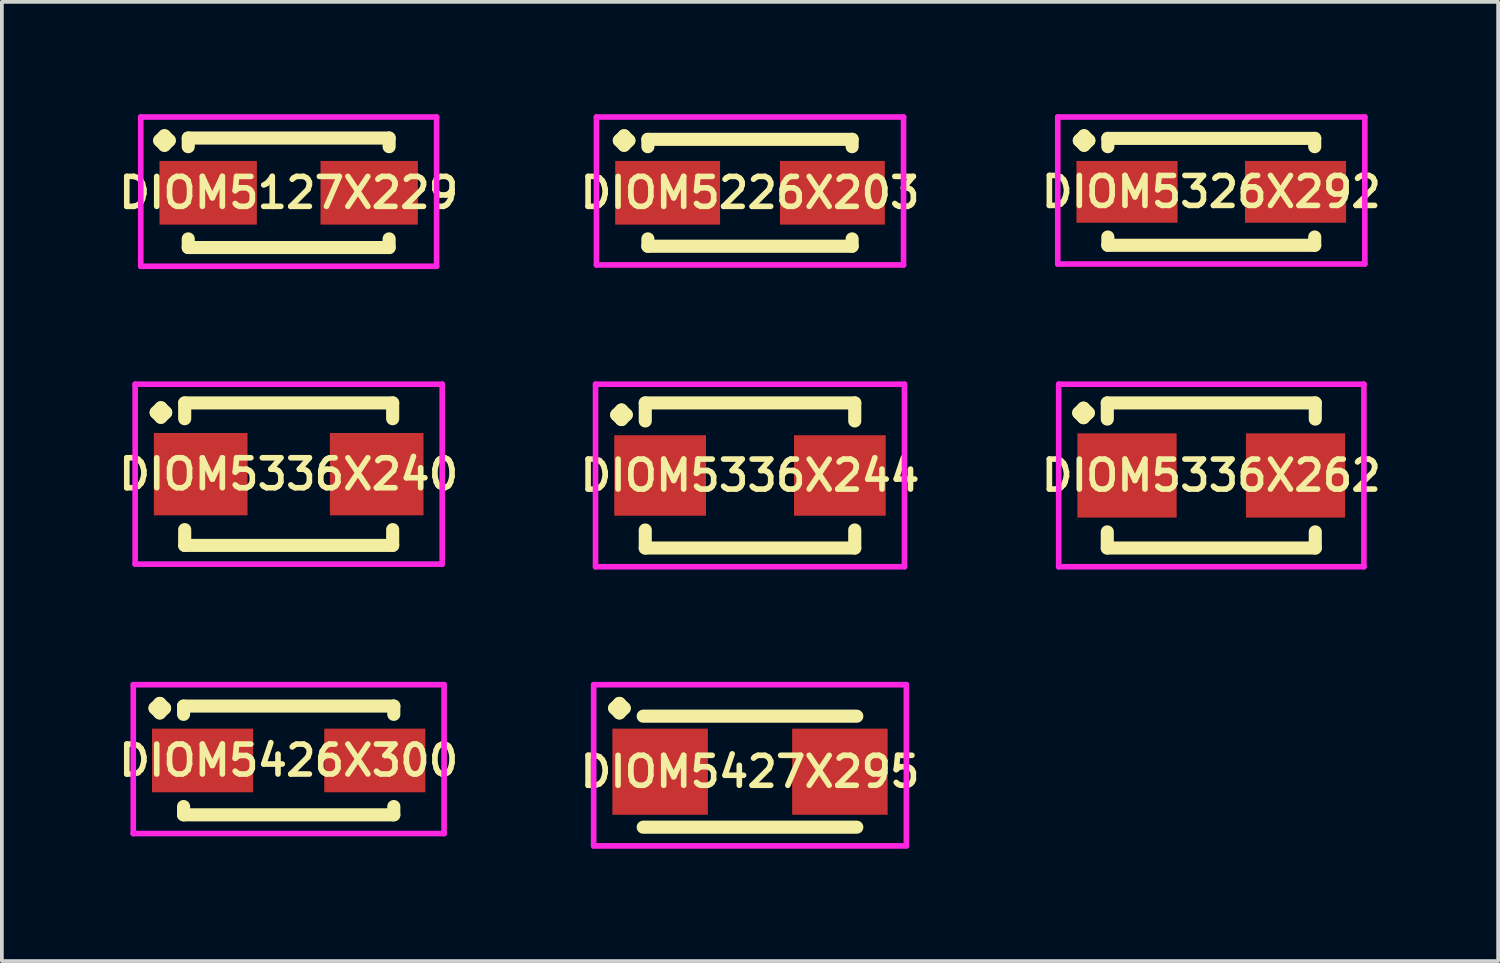
<source format=kicad_pcb>
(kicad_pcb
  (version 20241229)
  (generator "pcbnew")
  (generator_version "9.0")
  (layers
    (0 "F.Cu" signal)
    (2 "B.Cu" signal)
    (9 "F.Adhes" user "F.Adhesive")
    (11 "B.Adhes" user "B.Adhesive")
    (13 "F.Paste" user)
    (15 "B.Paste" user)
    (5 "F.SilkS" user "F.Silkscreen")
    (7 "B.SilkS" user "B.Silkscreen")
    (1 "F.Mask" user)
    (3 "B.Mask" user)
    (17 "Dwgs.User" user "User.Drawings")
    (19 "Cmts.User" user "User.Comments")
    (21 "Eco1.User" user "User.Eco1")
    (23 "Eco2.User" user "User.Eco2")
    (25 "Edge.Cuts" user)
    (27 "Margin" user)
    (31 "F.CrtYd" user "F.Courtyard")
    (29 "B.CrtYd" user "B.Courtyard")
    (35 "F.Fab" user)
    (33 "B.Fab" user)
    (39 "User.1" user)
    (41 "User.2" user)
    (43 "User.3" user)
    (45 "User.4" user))
  (footprint "DIOM5336X240"
    (layer "F.Cu")
    (at 4.659 9.612)
    (property "Reference" "DIOM5336X240" (at 0 0 0) (layer "F.SilkS") (effects (font (size 0.8 0.8) (thickness 0.15))))
    (attr smd)
    (fp_line (start -3.539 -1.646) (end -3.412 -1.773) (stroke (width 0.35) (type solid)) (layer "F.SilkS"))
    (fp_line (start -3.412 -1.773) (end -3.285 -1.646) (stroke (width 0.35) (type solid)) (layer "F.SilkS"))
    (fp_line (start -3.412 -1.519) (end -3.539 -1.646) (stroke (width 0.35) (type solid)) (layer "F.SilkS"))
    (fp_line (start -3.285 -1.646) (end -3.412 -1.519) (stroke (width 0.35) (type solid)) (layer "F.SilkS"))
    (fp_line (start -2.777 -1.902) (end 2.777 -1.902) (stroke (width 0.35) (type solid)) (layer "F.SilkS"))
    (fp_line (start -2.777 -1.481) (end -2.777 -1.902) (stroke (width 0.35) (type solid)) (layer "F.SilkS"))
    (fp_line (start -2.777 1.481) (end -2.777 1.902) (stroke (width 0.35) (type solid)) (layer "F.SilkS"))
    (fp_line (start -2.777 1.902) (end 2.777 1.902) (stroke (width 0.35) (type solid)) (layer "F.SilkS"))
    (fp_line (start 2.777 -1.902) (end 2.777 -1.481) (stroke (width 0.35) (type solid)) (layer "F.SilkS"))
    (fp_line (start 2.777 1.902) (end 2.777 1.481) (stroke (width 0.35) (type solid)) (layer "F.SilkS"))
    (fp_line (start -4.1 -2.402) (end 4.1 -2.402) (stroke (width 0.15) (type solid)) (layer "F.CrtYd"))
    (fp_line (start -4.1 2.402) (end -4.1 -2.402) (stroke (width 0.15) (type solid)) (layer "F.CrtYd"))
    (fp_line (start 4.1 -2.402) (end 4.1 2.402) (stroke (width 0.15) (type solid)) (layer "F.CrtYd"))
    (fp_line (start 4.1 2.402) (end -4.1 2.402) (stroke (width 0.15) (type solid)) (layer "F.CrtYd"))
    (pad "1" smd rect (at -2.35 0) (size 2.5 2.2) (layers "F.Cu" "F.Mask" "F.Paste"))
    (pad "2" smd rect (at 2.35 0) (size 2.5 2.2) (layers "F.Cu" "F.Mask" "F.Paste")))
  (footprint "DIOM5127X229"
    (layer "F.Cu")
    (at 4.659 2.098)
    (property "Reference" "DIOM5127X229" (at 0 0 0) (layer "F.SilkS") (effects (font (size 0.8 0.8) (thickness 0.15))))
    (attr smd)
    (fp_line (start -3.444 -1.396) (end -3.317 -1.523) (stroke (width 0.35) (type solid)) (layer "F.SilkS"))
    (fp_line (start -3.317 -1.523) (end -3.19 -1.396) (stroke (width 0.35) (type solid)) (layer "F.SilkS"))
    (fp_line (start -3.317 -1.269) (end -3.444 -1.396) (stroke (width 0.35) (type solid)) (layer "F.SilkS"))
    (fp_line (start -3.19 -1.396) (end -3.317 -1.269) (stroke (width 0.35) (type solid)) (layer "F.SilkS"))
    (fp_line (start -2.682 -1.462) (end 2.682 -1.462) (stroke (width 0.35) (type solid)) (layer "F.SilkS"))
    (fp_line (start -2.682 -1.231) (end -2.682 -1.462) (stroke (width 0.35) (type solid)) (layer "F.SilkS"))
    (fp_line (start -2.682 1.231) (end -2.682 1.462) (stroke (width 0.35) (type solid)) (layer "F.SilkS"))
    (fp_line (start -2.682 1.462) (end 2.682 1.462) (stroke (width 0.35) (type solid)) (layer "F.SilkS"))
    (fp_line (start 2.682 -1.462) (end 2.682 -1.231) (stroke (width 0.35) (type solid)) (layer "F.SilkS"))
    (fp_line (start 2.682 1.462) (end 2.682 1.231) (stroke (width 0.35) (type solid)) (layer "F.SilkS"))
    (fp_line (start -3.95 -2.023) (end 3.95 -2.023) (stroke (width 0.15) (type solid)) (layer "F.CrtYd"))
    (fp_line (start -3.95 1.962) (end -3.95 -2.023) (stroke (width 0.15) (type solid)) (layer "F.CrtYd"))
    (fp_line (start 3.95 -2.023) (end 3.95 1.962) (stroke (width 0.15) (type solid)) (layer "F.CrtYd"))
    (fp_line (start 3.95 1.962) (end -3.95 1.962) (stroke (width 0.15) (type solid)) (layer "F.CrtYd"))
    (pad "1" smd rect (at -2.15 0) (size 2.6 1.7) (layers "F.Cu" "F.Mask" "F.Paste"))
    (pad "2" smd rect (at 2.15 0) (size 2.6 1.7) (layers "F.Cu" "F.Mask" "F.Paste")))
  (footprint "DIOM5427X295"
    (layer "F.Cu")
    (at 16.978 17.557)
    (property "Reference" "DIOM5427X295" (at 0 0 0) (layer "F.SilkS") (effects (font (size 0.8 0.8) (thickness 0.15))))
    (attr smd)
    (fp_line (start -3.614 -1.696) (end -3.487 -1.823) (stroke (width 0.35) (type solid)) (layer "F.SilkS"))
    (fp_line (start -3.487 -1.823) (end -3.36 -1.696) (stroke (width 0.35) (type solid)) (layer "F.SilkS"))
    (fp_line (start -3.487 -1.569) (end -3.614 -1.696) (stroke (width 0.35) (type solid)) (layer "F.SilkS"))
    (fp_line (start -3.36 -1.696) (end -3.487 -1.569) (stroke (width 0.35) (type solid)) (layer "F.SilkS"))
    (fp_line (start -2.852 -1.482) (end 2.852 -1.482) (stroke (width 0.35) (type solid)) (layer "F.SilkS"))
    (fp_line (start -2.852 1.482) (end 2.852 1.482) (stroke (width 0.35) (type solid)) (layer "F.SilkS"))
    (fp_line (start -4.175 -2.323) (end 4.175 -2.323) (stroke (width 0.15) (type solid)) (layer "F.CrtYd"))
    (fp_line (start -4.175 1.982) (end -4.175 -2.323) (stroke (width 0.15) (type solid)) (layer "F.CrtYd"))
    (fp_line (start 4.175 -2.323) (end 4.175 1.982) (stroke (width 0.15) (type solid)) (layer "F.CrtYd"))
    (fp_line (start 4.175 1.982) (end -4.175 1.982) (stroke (width 0.15) (type solid)) (layer "F.CrtYd"))
    (pad "1" smd rect (at -2.4 0) (size 2.55 2.3) (layers "F.Cu" "F.Mask" "F.Paste"))
    (pad "2" smd rect (at 2.4 0) (size 2.55 2.3) (layers "F.Cu" "F.Mask" "F.Paste")))
  (footprint "DIOM5226X203"
    (layer "F.Cu")
    (at 16.978 2.098)
    (property "Reference" "DIOM5226X203" (at 0 0 0) (layer "F.SilkS") (effects (font (size 0.8 0.8) (thickness 0.15))))
    (attr smd)
    (fp_line (start -3.489 -1.396) (end -3.362 -1.523) (stroke (width 0.35) (type solid)) (layer "F.SilkS"))
    (fp_line (start -3.362 -1.523) (end -3.235 -1.396) (stroke (width 0.35) (type solid)) (layer "F.SilkS"))
    (fp_line (start -3.362 -1.269) (end -3.489 -1.396) (stroke (width 0.35) (type solid)) (layer "F.SilkS"))
    (fp_line (start -3.235 -1.396) (end -3.362 -1.269) (stroke (width 0.35) (type solid)) (layer "F.SilkS"))
    (fp_line (start -2.727 -1.427) (end 2.727 -1.427) (stroke (width 0.35) (type solid)) (layer "F.SilkS"))
    (fp_line (start -2.727 -1.231) (end -2.727 -1.427) (stroke (width 0.35) (type solid)) (layer "F.SilkS"))
    (fp_line (start -2.727 1.231) (end -2.727 1.427) (stroke (width 0.35) (type solid)) (layer "F.SilkS"))
    (fp_line (start -2.727 1.427) (end 2.727 1.427) (stroke (width 0.35) (type solid)) (layer "F.SilkS"))
    (fp_line (start 2.727 -1.427) (end 2.727 -1.231) (stroke (width 0.35) (type solid)) (layer "F.SilkS"))
    (fp_line (start 2.727 1.427) (end 2.727 1.231) (stroke (width 0.35) (type solid)) (layer "F.SilkS"))
    (fp_line (start -4.1 -2.023) (end 4.1 -2.023) (stroke (width 0.15) (type solid)) (layer "F.CrtYd"))
    (fp_line (start -4.1 1.927) (end -4.1 -2.023) (stroke (width 0.15) (type solid)) (layer "F.CrtYd"))
    (fp_line (start 4.1 -2.023) (end 4.1 1.927) (stroke (width 0.15) (type solid)) (layer "F.CrtYd"))
    (fp_line (start 4.1 1.927) (end -4.1 1.927) (stroke (width 0.15) (type solid)) (layer "F.CrtYd"))
    (pad "1" smd rect (at -2.2 0) (size 2.8 1.7) (layers "F.Cu" "F.Mask" "F.Paste"))
    (pad "2" smd rect (at 2.2 0) (size 2.8 1.7) (layers "F.Cu" "F.Mask" "F.Paste")))
  (footprint "DIOM5426X300"
    (layer "F.Cu")
    (at 4.659 17.257)
    (property "Reference" "DIOM5426X300" (at 0 0 0) (layer "F.SilkS") (effects (font (size 0.8 0.8) (thickness 0.15))))
    (attr smd)
    (fp_line (start -3.569 -1.396) (end -3.442 -1.523) (stroke (width 0.35) (type solid)) (layer "F.SilkS"))
    (fp_line (start -3.442 -1.523) (end -3.315 -1.396) (stroke (width 0.35) (type solid)) (layer "F.SilkS"))
    (fp_line (start -3.442 -1.269) (end -3.569 -1.396) (stroke (width 0.35) (type solid)) (layer "F.SilkS"))
    (fp_line (start -3.315 -1.396) (end -3.442 -1.269) (stroke (width 0.35) (type solid)) (layer "F.SilkS"))
    (fp_line (start -2.807 -1.452) (end 2.807 -1.452) (stroke (width 0.35) (type solid)) (layer "F.SilkS"))
    (fp_line (start -2.807 -1.231) (end -2.807 -1.452) (stroke (width 0.35) (type solid)) (layer "F.SilkS"))
    (fp_line (start -2.807 1.231) (end -2.807 1.452) (stroke (width 0.35) (type solid)) (layer "F.SilkS"))
    (fp_line (start -2.807 1.452) (end 2.807 1.452) (stroke (width 0.35) (type solid)) (layer "F.SilkS"))
    (fp_line (start 2.807 -1.452) (end 2.807 -1.231) (stroke (width 0.35) (type solid)) (layer "F.SilkS"))
    (fp_line (start 2.807 1.452) (end 2.807 1.231) (stroke (width 0.35) (type solid)) (layer "F.SilkS"))
    (fp_line (start -4.15 -2.023) (end 4.15 -2.023) (stroke (width 0.15) (type solid)) (layer "F.CrtYd"))
    (fp_line (start -4.15 1.952) (end -4.15 -2.023) (stroke (width 0.15) (type solid)) (layer "F.CrtYd"))
    (fp_line (start 4.15 -2.023) (end 4.15 1.952) (stroke (width 0.15) (type solid)) (layer "F.CrtYd"))
    (fp_line (start 4.15 1.952) (end -4.15 1.952) (stroke (width 0.15) (type solid)) (layer "F.CrtYd"))
    (pad "1" smd rect (at -2.3 0) (size 2.7 1.7) (layers "F.Cu" "F.Mask" "F.Paste"))
    (pad "2" smd rect (at 2.3 0) (size 2.7 1.7) (layers "F.Cu" "F.Mask" "F.Paste")))
  (footprint "DIOM5336X262"
    (layer "F.Cu")
    (at 29.296 9.647)
    (property "Reference" "DIOM5336X262" (at 0 0 0) (layer "F.SilkS") (effects (font (size 0.8 0.8) (thickness 0.15))))
    (attr smd)
    (fp_line (start -3.539 -1.671) (end -3.412 -1.798) (stroke (width 0.35) (type solid)) (layer "F.SilkS"))
    (fp_line (start -3.412 -1.798) (end -3.285 -1.671) (stroke (width 0.35) (type solid)) (layer "F.SilkS"))
    (fp_line (start -3.412 -1.544) (end -3.539 -1.671) (stroke (width 0.35) (type solid)) (layer "F.SilkS"))
    (fp_line (start -3.285 -1.671) (end -3.412 -1.544) (stroke (width 0.35) (type solid)) (layer "F.SilkS"))
    (fp_line (start -2.777 -1.937) (end 2.777 -1.937) (stroke (width 0.35) (type solid)) (layer "F.SilkS"))
    (fp_line (start -2.777 -1.506) (end -2.777 -1.937) (stroke (width 0.35) (type solid)) (layer "F.SilkS"))
    (fp_line (start -2.777 1.506) (end -2.777 1.937) (stroke (width 0.35) (type solid)) (layer "F.SilkS"))
    (fp_line (start -2.777 1.937) (end 2.777 1.937) (stroke (width 0.35) (type solid)) (layer "F.SilkS"))
    (fp_line (start 2.777 -1.937) (end 2.777 -1.506) (stroke (width 0.35) (type solid)) (layer "F.SilkS"))
    (fp_line (start 2.777 1.937) (end 2.777 1.506) (stroke (width 0.35) (type solid)) (layer "F.SilkS"))
    (fp_line (start -4.075 -2.437) (end 4.075 -2.437) (stroke (width 0.15) (type solid)) (layer "F.CrtYd"))
    (fp_line (start -4.075 2.437) (end -4.075 -2.437) (stroke (width 0.15) (type solid)) (layer "F.CrtYd"))
    (fp_line (start 4.075 -2.437) (end 4.075 2.437) (stroke (width 0.15) (type solid)) (layer "F.CrtYd"))
    (fp_line (start 4.075 2.437) (end -4.075 2.437) (stroke (width 0.15) (type solid)) (layer "F.CrtYd"))
    (pad "1" smd rect (at -2.25 0) (size 2.65 2.25) (layers "F.Cu" "F.Mask" "F.Paste"))
    (pad "2" smd rect (at 2.25 0) (size 2.65 2.25) (layers "F.Cu" "F.Mask" "F.Paste")))
  (footprint "DIOM5326X292"
    (layer "F.Cu")
    (at 29.296 2.073)
    (property "Reference" "DIOM5326X292" (at 0 0 0) (layer "F.SilkS") (effects (font (size 0.8 0.8) (thickness 0.15))))
    (attr smd)
    (fp_line (start -3.524 -1.371) (end -3.397 -1.498) (stroke (width 0.35) (type solid)) (layer "F.SilkS"))
    (fp_line (start -3.397 -1.498) (end -3.27 -1.371) (stroke (width 0.35) (type solid)) (layer "F.SilkS"))
    (fp_line (start -3.397 -1.244) (end -3.524 -1.371) (stroke (width 0.35) (type solid)) (layer "F.SilkS"))
    (fp_line (start -3.27 -1.371) (end -3.397 -1.244) (stroke (width 0.35) (type solid)) (layer "F.SilkS"))
    (fp_line (start -2.762 -1.427) (end 2.762 -1.427) (stroke (width 0.35) (type solid)) (layer "F.SilkS"))
    (fp_line (start -2.762 -1.206) (end -2.762 -1.427) (stroke (width 0.35) (type solid)) (layer "F.SilkS"))
    (fp_line (start -2.762 1.206) (end -2.762 1.427) (stroke (width 0.35) (type solid)) (layer "F.SilkS"))
    (fp_line (start -2.762 1.427) (end 2.762 1.427) (stroke (width 0.35) (type solid)) (layer "F.SilkS"))
    (fp_line (start 2.762 -1.427) (end 2.762 -1.206) (stroke (width 0.35) (type solid)) (layer "F.SilkS"))
    (fp_line (start 2.762 1.427) (end 2.762 1.206) (stroke (width 0.35) (type solid)) (layer "F.SilkS"))
    (fp_line (start -4.1 -1.998) (end 4.1 -1.998) (stroke (width 0.15) (type solid)) (layer "F.CrtYd"))
    (fp_line (start -4.1 1.927) (end -4.1 -1.998) (stroke (width 0.15) (type solid)) (layer "F.CrtYd"))
    (fp_line (start 4.1 -1.998) (end 4.1 1.927) (stroke (width 0.15) (type solid)) (layer "F.CrtYd"))
    (fp_line (start 4.1 1.927) (end -4.1 1.927) (stroke (width 0.15) (type solid)) (layer "F.CrtYd"))
    (pad "1" smd rect (at -2.25 0) (size 2.7 1.65) (layers "F.Cu" "F.Mask" "F.Paste"))
    (pad "2" smd rect (at 2.25 0) (size 2.7 1.65) (layers "F.Cu" "F.Mask" "F.Paste")))
  (footprint "DIOM5336X244"
    (layer "F.Cu")
    (at 16.978 9.647)
    (property "Reference" "DIOM5336X244" (at 0 0 0) (layer "F.SilkS") (effects (font (size 0.8 0.8) (thickness 0.15))))
    (attr smd)
    (fp_line (start -3.559 -1.621) (end -3.432 -1.748) (stroke (width 0.35) (type solid)) (layer "F.SilkS"))
    (fp_line (start -3.432 -1.748) (end -3.305 -1.621) (stroke (width 0.35) (type solid)) (layer "F.SilkS"))
    (fp_line (start -3.432 -1.494) (end -3.559 -1.621) (stroke (width 0.35) (type solid)) (layer "F.SilkS"))
    (fp_line (start -3.305 -1.621) (end -3.432 -1.494) (stroke (width 0.35) (type solid)) (layer "F.SilkS"))
    (fp_line (start -2.797 -1.937) (end 2.797 -1.937) (stroke (width 0.35) (type solid)) (layer "F.SilkS"))
    (fp_line (start -2.797 -1.456) (end -2.797 -1.937) (stroke (width 0.35) (type solid)) (layer "F.SilkS"))
    (fp_line (start -2.797 1.456) (end -2.797 1.937) (stroke (width 0.35) (type solid)) (layer "F.SilkS"))
    (fp_line (start -2.797 1.937) (end 2.797 1.937) (stroke (width 0.35) (type solid)) (layer "F.SilkS"))
    (fp_line (start 2.797 -1.937) (end 2.797 -1.456) (stroke (width 0.35) (type solid)) (layer "F.SilkS"))
    (fp_line (start 2.797 1.937) (end 2.797 1.456) (stroke (width 0.35) (type solid)) (layer "F.SilkS"))
    (fp_line (start -4.125 -2.437) (end 4.125 -2.437) (stroke (width 0.15) (type solid)) (layer "F.CrtYd"))
    (fp_line (start -4.125 2.437) (end -4.125 -2.437) (stroke (width 0.15) (type solid)) (layer "F.CrtYd"))
    (fp_line (start 4.125 -2.437) (end 4.125 2.437) (stroke (width 0.15) (type solid)) (layer "F.CrtYd"))
    (fp_line (start 4.125 2.437) (end -4.125 2.437) (stroke (width 0.15) (type solid)) (layer "F.CrtYd"))
    (pad "1" smd rect (at -2.4 0) (size 2.45 2.15) (layers "F.Cu" "F.Mask" "F.Paste"))
    (pad "2" smd rect (at 2.4 0) (size 2.45 2.15) (layers "F.Cu" "F.Mask" "F.Paste")))
  (gr_rect
    (start -3 -3)
    (end 36.956 22.614)
    (stroke (width 0.1) (type default))
    (fill no)
    (layer "Edge.Cuts")))
</source>
